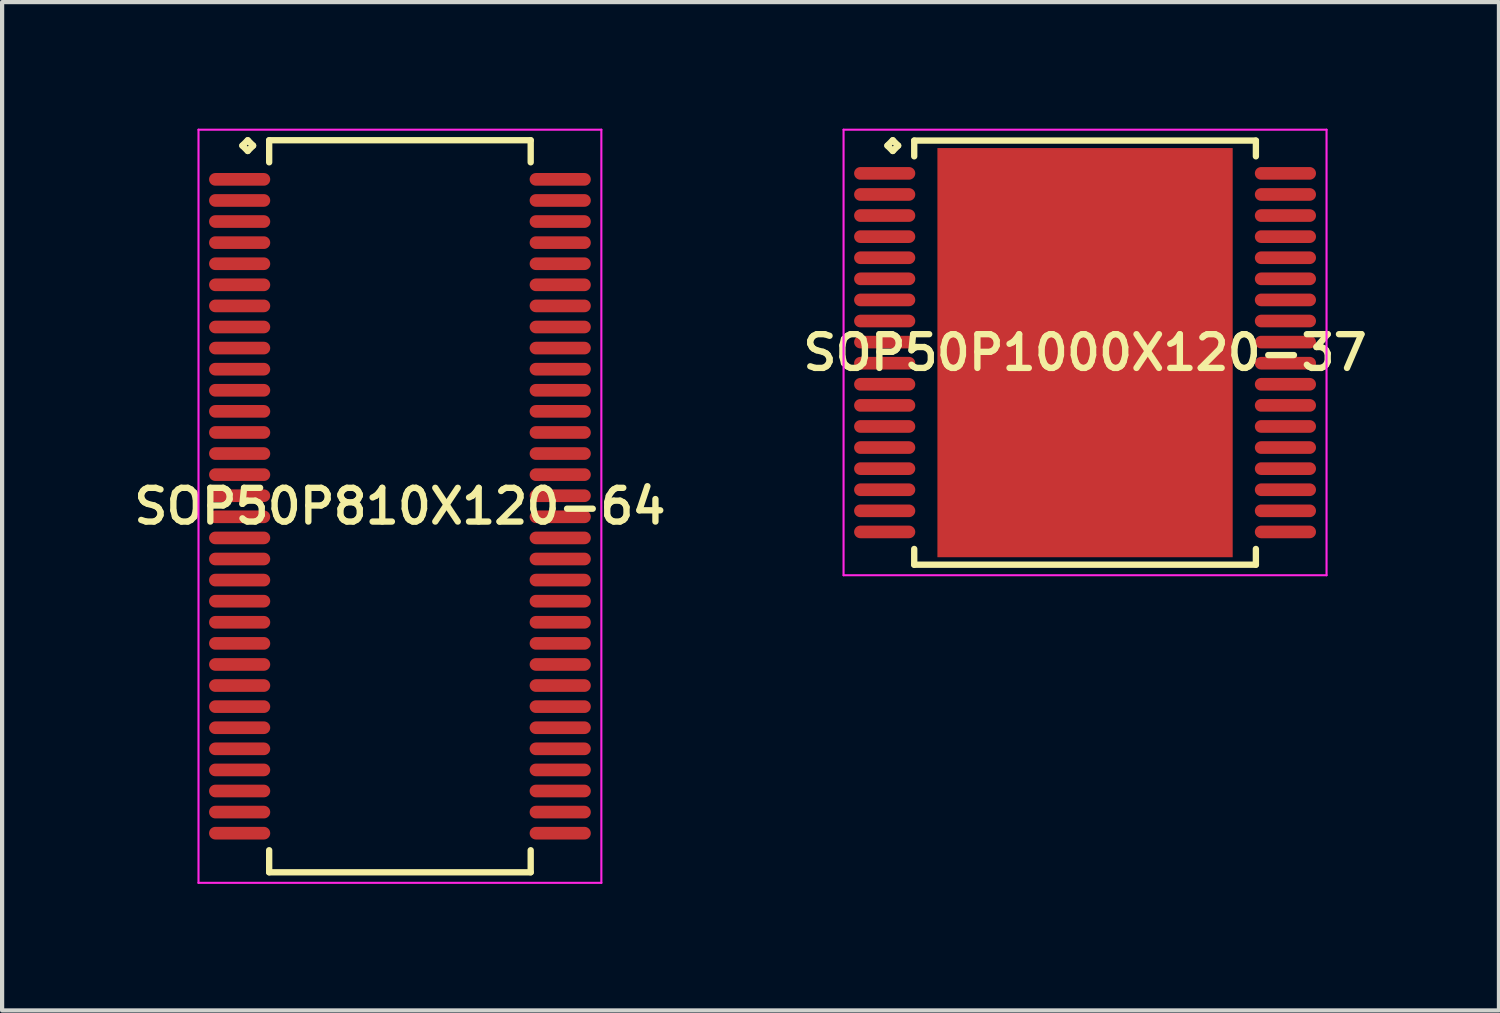
<source format=kicad_pcb>
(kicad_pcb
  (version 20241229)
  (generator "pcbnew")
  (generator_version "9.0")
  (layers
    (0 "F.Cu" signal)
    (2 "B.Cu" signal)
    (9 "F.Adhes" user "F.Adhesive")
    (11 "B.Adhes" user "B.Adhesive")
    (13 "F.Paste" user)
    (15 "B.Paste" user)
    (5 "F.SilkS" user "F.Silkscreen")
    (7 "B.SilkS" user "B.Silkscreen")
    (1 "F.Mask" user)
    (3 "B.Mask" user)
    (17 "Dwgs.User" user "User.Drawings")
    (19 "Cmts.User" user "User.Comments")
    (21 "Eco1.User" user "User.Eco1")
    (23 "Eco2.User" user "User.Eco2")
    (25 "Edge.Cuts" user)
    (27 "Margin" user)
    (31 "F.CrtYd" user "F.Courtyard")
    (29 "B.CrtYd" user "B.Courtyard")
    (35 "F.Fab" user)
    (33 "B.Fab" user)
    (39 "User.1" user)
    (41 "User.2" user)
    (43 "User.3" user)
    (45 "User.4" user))
  (footprint "SOP50P1000X120-37"
    (layer "F.Cu")
    (at 22.673 5.31)
    (property "Reference" "SOP50P1000X120-37" (at 0 0 0) (layer "F.SilkS") (effects (font (size 0.8 0.8) (thickness 0.15))))
    (attr smd)
    (fp_line (start -4.685 -4.908) (end -4.558 -5.035) (stroke (width 0.15) (type solid)) (layer "F.SilkS"))
    (fp_line (start -4.558 -5.035) (end -4.431 -4.908) (stroke (width 0.15) (type solid)) (layer "F.SilkS"))
    (fp_line (start -4.558 -4.781) (end -4.685 -4.908) (stroke (width 0.15) (type solid)) (layer "F.SilkS"))
    (fp_line (start -4.431 -4.908) (end -4.558 -4.781) (stroke (width 0.15) (type solid)) (layer "F.SilkS"))
    (fp_line (start -4.05 -5.027) (end 4.05 -5.027) (stroke (width 0.15) (type solid)) (layer "F.SilkS"))
    (fp_line (start -4.05 -4.654) (end -4.05 -5.027) (stroke (width 0.15) (type solid)) (layer "F.SilkS"))
    (fp_line (start -4.05 4.654) (end -4.05 5.027) (stroke (width 0.15) (type solid)) (layer "F.SilkS"))
    (fp_line (start -4.05 5.027) (end 4.05 5.027) (stroke (width 0.15) (type solid)) (layer "F.SilkS"))
    (fp_line (start 4.05 -5.027) (end 4.05 -4.654) (stroke (width 0.15) (type solid)) (layer "F.SilkS"))
    (fp_line (start 4.05 5.027) (end 4.05 4.654) (stroke (width 0.15) (type solid)) (layer "F.SilkS"))
    (fp_line (start -5.725 -5.285) (end 5.725 -5.285) (stroke (width 0.05) (type solid)) (layer "F.CrtYd"))
    (fp_line (start -5.725 5.277) (end -5.725 -5.285) (stroke (width 0.05) (type solid)) (layer "F.CrtYd"))
    (fp_line (start 5.725 -5.285) (end 5.725 5.277) (stroke (width 0.05) (type solid)) (layer "F.CrtYd"))
    (fp_line (start 5.725 5.277) (end -5.725 5.277) (stroke (width 0.05) (type solid)) (layer "F.CrtYd"))
    (pad "1" smd oval (at -4.75 -4.25) (size 1.45 0.3) (layers "F.Cu" "F.Mask" "F.Paste"))
    (pad "2" smd oval (at -4.75 -3.75) (size 1.45 0.3) (layers "F.Cu" "F.Mask" "F.Paste"))
    (pad "3" smd oval (at -4.75 -3.25) (size 1.45 0.3) (layers "F.Cu" "F.Mask" "F.Paste"))
    (pad "4" smd oval (at -4.75 -2.75) (size 1.45 0.3) (layers "F.Cu" "F.Mask" "F.Paste"))
    (pad "5" smd oval (at -4.75 -2.25) (size 1.45 0.3) (layers "F.Cu" "F.Mask" "F.Paste"))
    (pad "6" smd oval (at -4.75 -1.75) (size 1.45 0.3) (layers "F.Cu" "F.Mask" "F.Paste"))
    (pad "7" smd oval (at -4.75 -1.25) (size 1.45 0.3) (layers "F.Cu" "F.Mask" "F.Paste"))
    (pad "8" smd oval (at -4.75 -0.75) (size 1.45 0.3) (layers "F.Cu" "F.Mask" "F.Paste"))
    (pad "9" smd oval (at -4.75 -0.25) (size 1.45 0.3) (layers "F.Cu" "F.Mask" "F.Paste"))
    (pad "10" smd oval (at -4.75 0.25) (size 1.45 0.3) (layers "F.Cu" "F.Mask" "F.Paste"))
    (pad "11" smd oval (at -4.75 0.75) (size 1.45 0.3) (layers "F.Cu" "F.Mask" "F.Paste"))
    (pad "12" smd oval (at -4.75 1.25) (size 1.45 0.3) (layers "F.Cu" "F.Mask" "F.Paste"))
    (pad "13" smd oval (at -4.75 1.75) (size 1.45 0.3) (layers "F.Cu" "F.Mask" "F.Paste"))
    (pad "14" smd oval (at -4.75 2.25) (size 1.45 0.3) (layers "F.Cu" "F.Mask" "F.Paste"))
    (pad "15" smd oval (at -4.75 2.75) (size 1.45 0.3) (layers "F.Cu" "F.Mask" "F.Paste"))
    (pad "16" smd oval (at -4.75 3.25) (size 1.45 0.3) (layers "F.Cu" "F.Mask" "F.Paste"))
    (pad "17" smd oval (at -4.75 3.75) (size 1.45 0.3) (layers "F.Cu" "F.Mask" "F.Paste"))
    (pad "18" smd oval (at -4.75 4.25) (size 1.45 0.3) (layers "F.Cu" "F.Mask" "F.Paste"))
    (pad "19" smd oval (at 4.75 4.25) (size 1.45 0.3) (layers "F.Cu" "F.Mask" "F.Paste"))
    (pad "20" smd oval (at 4.75 3.75) (size 1.45 0.3) (layers "F.Cu" "F.Mask" "F.Paste"))
    (pad "21" smd oval (at 4.75 3.25) (size 1.45 0.3) (layers "F.Cu" "F.Mask" "F.Paste"))
    (pad "22" smd oval (at 4.75 2.75) (size 1.45 0.3) (layers "F.Cu" "F.Mask" "F.Paste"))
    (pad "23" smd oval (at 4.75 2.25) (size 1.45 0.3) (layers "F.Cu" "F.Mask" "F.Paste"))
    (pad "24" smd oval (at 4.75 1.75) (size 1.45 0.3) (layers "F.Cu" "F.Mask" "F.Paste"))
    (pad "25" smd oval (at 4.75 1.25) (size 1.45 0.3) (layers "F.Cu" "F.Mask" "F.Paste"))
    (pad "26" smd oval (at 4.75 0.75) (size 1.45 0.3) (layers "F.Cu" "F.Mask" "F.Paste"))
    (pad "27" smd oval (at 4.75 0.25) (size 1.45 0.3) (layers "F.Cu" "F.Mask" "F.Paste"))
    (pad "28" smd oval (at 4.75 -0.25) (size 1.45 0.3) (layers "F.Cu" "F.Mask" "F.Paste"))
    (pad "29" smd oval (at 4.75 -0.75) (size 1.45 0.3) (layers "F.Cu" "F.Mask" "F.Paste"))
    (pad "30" smd oval (at 4.75 -1.25) (size 1.45 0.3) (layers "F.Cu" "F.Mask" "F.Paste"))
    (pad "31" smd oval (at 4.75 -1.75) (size 1.45 0.3) (layers "F.Cu" "F.Mask" "F.Paste"))
    (pad "32" smd oval (at 4.75 -2.25) (size 1.45 0.3) (layers "F.Cu" "F.Mask" "F.Paste"))
    (pad "33" smd oval (at 4.75 -2.75) (size 1.45 0.3) (layers "F.Cu" "F.Mask" "F.Paste"))
    (pad "34" smd oval (at 4.75 -3.25) (size 1.45 0.3) (layers "F.Cu" "F.Mask" "F.Paste"))
    (pad "35" smd oval (at 4.75 -3.75) (size 1.45 0.3) (layers "F.Cu" "F.Mask" "F.Paste"))
    (pad "36" smd oval (at 4.75 -4.25) (size 1.45 0.3) (layers "F.Cu" "F.Mask" "F.Paste"))
    (pad "37" smd rect (at 0 0) (size 7 9.7) (layers "F.Cu" "F.Mask" "F.Paste")))
  (footprint "SOP50P810X120-64"
    (layer "F.Cu")
    (at 6.431 8.952)
    (property "Reference" "SOP50P810X120-64" (at 0 0 0) (layer "F.SilkS") (effects (font (size 0.8 0.8) (thickness 0.15))))
    (attr smd)
    (fp_line (start -3.735 -8.55) (end -3.608 -8.677) (stroke (width 0.15) (type solid)) (layer "F.SilkS"))
    (fp_line (start -3.608 -8.677) (end -3.481 -8.55) (stroke (width 0.15) (type solid)) (layer "F.SilkS"))
    (fp_line (start -3.608 -8.423) (end -3.735 -8.55) (stroke (width 0.15) (type solid)) (layer "F.SilkS"))
    (fp_line (start -3.481 -8.55) (end -3.608 -8.423) (stroke (width 0.15) (type solid)) (layer "F.SilkS"))
    (fp_line (start -3.1 -8.677) (end 3.1 -8.677) (stroke (width 0.15) (type solid)) (layer "F.SilkS"))
    (fp_line (start -3.1 -8.154) (end -3.1 -8.677) (stroke (width 0.15) (type solid)) (layer "F.SilkS"))
    (fp_line (start -3.1 8.154) (end -3.1 8.677) (stroke (width 0.15) (type solid)) (layer "F.SilkS"))
    (fp_line (start -3.1 8.677) (end 3.1 8.677) (stroke (width 0.15) (type solid)) (layer "F.SilkS"))
    (fp_line (start 3.1 -8.677) (end 3.1 -8.154) (stroke (width 0.15) (type solid)) (layer "F.SilkS"))
    (fp_line (start 3.1 8.677) (end 3.1 8.154) (stroke (width 0.15) (type solid)) (layer "F.SilkS"))
    (fp_line (start -4.775 -8.927) (end 4.775 -8.927) (stroke (width 0.05) (type solid)) (layer "F.CrtYd"))
    (fp_line (start -4.775 8.927) (end -4.775 -8.927) (stroke (width 0.05) (type solid)) (layer "F.CrtYd"))
    (fp_line (start 4.775 -8.927) (end 4.775 8.927) (stroke (width 0.05) (type solid)) (layer "F.CrtYd"))
    (fp_line (start 4.775 8.927) (end -4.775 8.927) (stroke (width 0.05) (type solid)) (layer "F.CrtYd"))
    (pad "1" smd oval (at -3.8 -7.75) (size 1.45 0.3) (layers "F.Cu" "F.Mask" "F.Paste"))
    (pad "2" smd oval (at -3.8 -7.25) (size 1.45 0.3) (layers "F.Cu" "F.Mask" "F.Paste"))
    (pad "3" smd oval (at -3.8 -6.75) (size 1.45 0.3) (layers "F.Cu" "F.Mask" "F.Paste"))
    (pad "4" smd oval (at -3.8 -6.25) (size 1.45 0.3) (layers "F.Cu" "F.Mask" "F.Paste"))
    (pad "5" smd oval (at -3.8 -5.75) (size 1.45 0.3) (layers "F.Cu" "F.Mask" "F.Paste"))
    (pad "6" smd oval (at -3.8 -5.25) (size 1.45 0.3) (layers "F.Cu" "F.Mask" "F.Paste"))
    (pad "7" smd oval (at -3.8 -4.75) (size 1.45 0.3) (layers "F.Cu" "F.Mask" "F.Paste"))
    (pad "8" smd oval (at -3.8 -4.25) (size 1.45 0.3) (layers "F.Cu" "F.Mask" "F.Paste"))
    (pad "9" smd oval (at -3.8 -3.75) (size 1.45 0.3) (layers "F.Cu" "F.Mask" "F.Paste"))
    (pad "10" smd oval (at -3.8 -3.25) (size 1.45 0.3) (layers "F.Cu" "F.Mask" "F.Paste"))
    (pad "11" smd oval (at -3.8 -2.75) (size 1.45 0.3) (layers "F.Cu" "F.Mask" "F.Paste"))
    (pad "12" smd oval (at -3.8 -2.25) (size 1.45 0.3) (layers "F.Cu" "F.Mask" "F.Paste"))
    (pad "13" smd oval (at -3.8 -1.75) (size 1.45 0.3) (layers "F.Cu" "F.Mask" "F.Paste"))
    (pad "14" smd oval (at -3.8 -1.25) (size 1.45 0.3) (layers "F.Cu" "F.Mask" "F.Paste"))
    (pad "15" smd oval (at -3.8 -0.75) (size 1.45 0.3) (layers "F.Cu" "F.Mask" "F.Paste"))
    (pad "16" smd oval (at -3.8 -0.25) (size 1.45 0.3) (layers "F.Cu" "F.Mask" "F.Paste"))
    (pad "17" smd oval (at -3.8 0.25) (size 1.45 0.3) (layers "F.Cu" "F.Mask" "F.Paste"))
    (pad "18" smd oval (at -3.8 0.75) (size 1.45 0.3) (layers "F.Cu" "F.Mask" "F.Paste"))
    (pad "19" smd oval (at -3.8 1.25) (size 1.45 0.3) (layers "F.Cu" "F.Mask" "F.Paste"))
    (pad "20" smd oval (at -3.8 1.75) (size 1.45 0.3) (layers "F.Cu" "F.Mask" "F.Paste"))
    (pad "21" smd oval (at -3.8 2.25) (size 1.45 0.3) (layers "F.Cu" "F.Mask" "F.Paste"))
    (pad "22" smd oval (at -3.8 2.75) (size 1.45 0.3) (layers "F.Cu" "F.Mask" "F.Paste"))
    (pad "23" smd oval (at -3.8 3.25) (size 1.45 0.3) (layers "F.Cu" "F.Mask" "F.Paste"))
    (pad "24" smd oval (at -3.8 3.75) (size 1.45 0.3) (layers "F.Cu" "F.Mask" "F.Paste"))
    (pad "25" smd oval (at -3.8 4.25) (size 1.45 0.3) (layers "F.Cu" "F.Mask" "F.Paste"))
    (pad "26" smd oval (at -3.8 4.75) (size 1.45 0.3) (layers "F.Cu" "F.Mask" "F.Paste"))
    (pad "27" smd oval (at -3.8 5.25) (size 1.45 0.3) (layers "F.Cu" "F.Mask" "F.Paste"))
    (pad "28" smd oval (at -3.8 5.75) (size 1.45 0.3) (layers "F.Cu" "F.Mask" "F.Paste"))
    (pad "29" smd oval (at -3.8 6.25) (size 1.45 0.3) (layers "F.Cu" "F.Mask" "F.Paste"))
    (pad "30" smd oval (at -3.8 6.75) (size 1.45 0.3) (layers "F.Cu" "F.Mask" "F.Paste"))
    (pad "31" smd oval (at -3.8 7.25) (size 1.45 0.3) (layers "F.Cu" "F.Mask" "F.Paste"))
    (pad "32" smd oval (at -3.8 7.75) (size 1.45 0.3) (layers "F.Cu" "F.Mask" "F.Paste"))
    (pad "33" smd oval (at 3.8 7.75) (size 1.45 0.3) (layers "F.Cu" "F.Mask" "F.Paste"))
    (pad "34" smd oval (at 3.8 7.25) (size 1.45 0.3) (layers "F.Cu" "F.Mask" "F.Paste"))
    (pad "35" smd oval (at 3.8 6.75) (size 1.45 0.3) (layers "F.Cu" "F.Mask" "F.Paste"))
    (pad "36" smd oval (at 3.8 6.25) (size 1.45 0.3) (layers "F.Cu" "F.Mask" "F.Paste"))
    (pad "37" smd oval (at 3.8 5.75) (size 1.45 0.3) (layers "F.Cu" "F.Mask" "F.Paste"))
    (pad "38" smd oval (at 3.8 5.25) (size 1.45 0.3) (layers "F.Cu" "F.Mask" "F.Paste"))
    (pad "39" smd oval (at 3.8 4.75) (size 1.45 0.3) (layers "F.Cu" "F.Mask" "F.Paste"))
    (pad "40" smd oval (at 3.8 4.25) (size 1.45 0.3) (layers "F.Cu" "F.Mask" "F.Paste"))
    (pad "41" smd oval (at 3.8 3.75) (size 1.45 0.3) (layers "F.Cu" "F.Mask" "F.Paste"))
    (pad "42" smd oval (at 3.8 3.25) (size 1.45 0.3) (layers "F.Cu" "F.Mask" "F.Paste"))
    (pad "43" smd oval (at 3.8 2.75) (size 1.45 0.3) (layers "F.Cu" "F.Mask" "F.Paste"))
    (pad "44" smd oval (at 3.8 2.25) (size 1.45 0.3) (layers "F.Cu" "F.Mask" "F.Paste"))
    (pad "45" smd oval (at 3.8 1.75) (size 1.45 0.3) (layers "F.Cu" "F.Mask" "F.Paste"))
    (pad "46" smd oval (at 3.8 1.25) (size 1.45 0.3) (layers "F.Cu" "F.Mask" "F.Paste"))
    (pad "47" smd oval (at 3.8 0.75) (size 1.45 0.3) (layers "F.Cu" "F.Mask" "F.Paste"))
    (pad "48" smd oval (at 3.8 0.25) (size 1.45 0.3) (layers "F.Cu" "F.Mask" "F.Paste"))
    (pad "49" smd oval (at 3.8 -0.25) (size 1.45 0.3) (layers "F.Cu" "F.Mask" "F.Paste"))
    (pad "50" smd oval (at 3.8 -0.75) (size 1.45 0.3) (layers "F.Cu" "F.Mask" "F.Paste"))
    (pad "51" smd oval (at 3.8 -1.25) (size 1.45 0.3) (layers "F.Cu" "F.Mask" "F.Paste"))
    (pad "52" smd oval (at 3.8 -1.75) (size 1.45 0.3) (layers "F.Cu" "F.Mask" "F.Paste"))
    (pad "53" smd oval (at 3.8 -2.25) (size 1.45 0.3) (layers "F.Cu" "F.Mask" "F.Paste"))
    (pad "54" smd oval (at 3.8 -2.75) (size 1.45 0.3) (layers "F.Cu" "F.Mask" "F.Paste"))
    (pad "55" smd oval (at 3.8 -3.25) (size 1.45 0.3) (layers "F.Cu" "F.Mask" "F.Paste"))
    (pad "56" smd oval (at 3.8 -3.75) (size 1.45 0.3) (layers "F.Cu" "F.Mask" "F.Paste"))
    (pad "57" smd oval (at 3.8 -4.25) (size 1.45 0.3) (layers "F.Cu" "F.Mask" "F.Paste"))
    (pad "58" smd oval (at 3.8 -4.75) (size 1.45 0.3) (layers "F.Cu" "F.Mask" "F.Paste"))
    (pad "59" smd oval (at 3.8 -5.25) (size 1.45 0.3) (layers "F.Cu" "F.Mask" "F.Paste"))
    (pad "60" smd oval (at 3.8 -5.75) (size 1.45 0.3) (layers "F.Cu" "F.Mask" "F.Paste"))
    (pad "61" smd oval (at 3.8 -6.25) (size 1.45 0.3) (layers "F.Cu" "F.Mask" "F.Paste"))
    (pad "62" smd oval (at 3.8 -6.75) (size 1.45 0.3) (layers "F.Cu" "F.Mask" "F.Paste"))
    (pad "63" smd oval (at 3.8 -7.25) (size 1.45 0.3) (layers "F.Cu" "F.Mask" "F.Paste"))
    (pad "64" smd oval (at 3.8 -7.75) (size 1.45 0.3) (layers "F.Cu" "F.Mask" "F.Paste")))
  (gr_rect
    (start -3 -3)
    (end 32.485 20.904)
    (stroke (width 0.1) (type default))
    (fill no)
    (layer "Edge.Cuts")))
</source>
